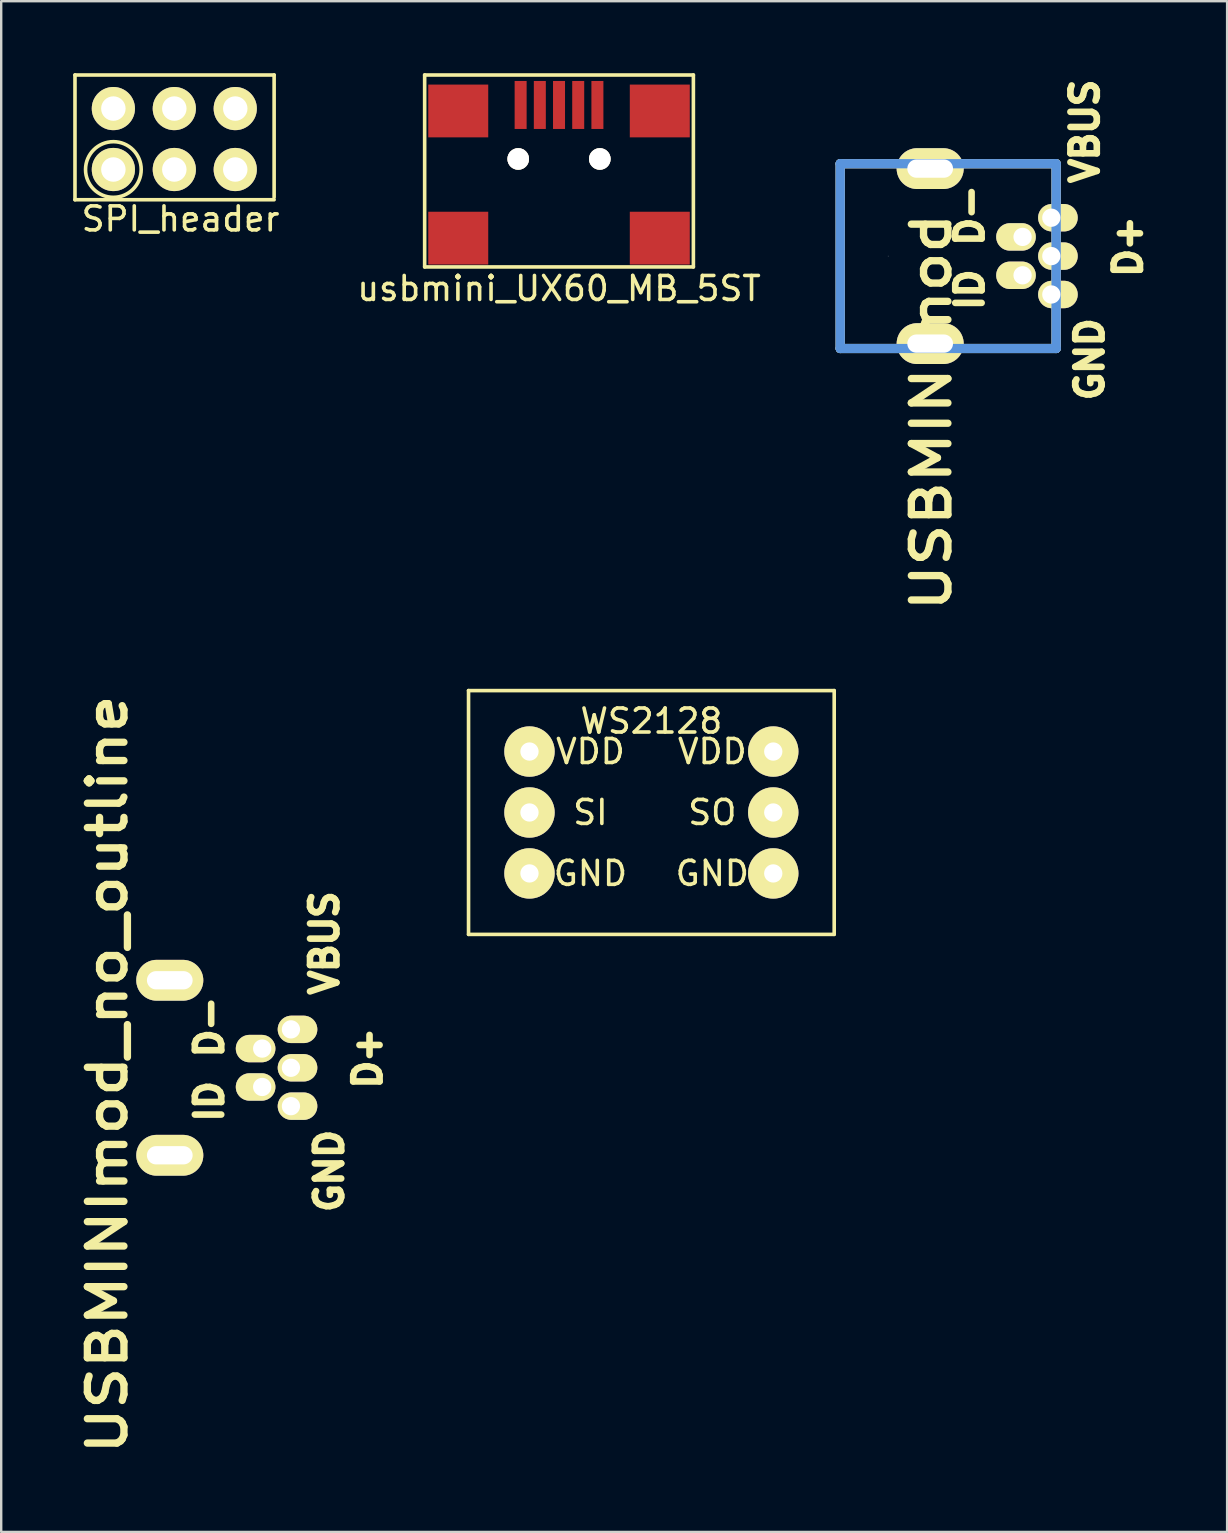
<source format=kicad_pcb>
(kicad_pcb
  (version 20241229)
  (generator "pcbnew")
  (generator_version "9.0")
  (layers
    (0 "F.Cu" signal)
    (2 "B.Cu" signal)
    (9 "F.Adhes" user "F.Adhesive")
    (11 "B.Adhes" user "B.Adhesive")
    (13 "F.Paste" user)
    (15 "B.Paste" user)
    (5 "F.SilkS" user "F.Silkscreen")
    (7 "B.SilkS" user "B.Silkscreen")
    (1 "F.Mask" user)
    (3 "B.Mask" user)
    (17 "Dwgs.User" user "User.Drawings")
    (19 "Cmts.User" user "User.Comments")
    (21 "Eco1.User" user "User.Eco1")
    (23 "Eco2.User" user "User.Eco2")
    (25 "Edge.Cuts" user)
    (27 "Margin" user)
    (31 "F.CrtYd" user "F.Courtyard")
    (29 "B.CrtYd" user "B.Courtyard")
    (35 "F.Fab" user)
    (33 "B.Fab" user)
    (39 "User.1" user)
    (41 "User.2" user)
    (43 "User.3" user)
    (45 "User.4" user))
  (footprint "USBMINImod_no_outline"
    (layer "F.Cu")
    (at 2.276 41.453)
    (property "Reference" "USBMINImod_no_outline" (at -0.85 0.275 90) (layer "F.SilkS") (effects (font (size 1.524 1.778) (thickness 0.305))))
    (attr through_hole)
    (fp_line (start 0 0) (end 0 0) (stroke (width 0.025) (type solid)) (layer "Dwgs.User"))
    (fp_text user "GND" (at 8.4 4.3 90) (layer "F.SilkS") (effects (font (size 1.1 1.1) (thickness 0.275))))
    (fp_text user "VBUS" (at 8.2 -5.2 90) (layer "F.SilkS") (effects (font (size 1.1 1.1) (thickness 0.275))))
    (fp_text user "D-" (at 3.4 -1.7 90) (layer "F.SilkS") (effects (font (size 1.1 1.1) (thickness 0.275))))
    (fp_text user "D+" (at 10 -0.4 90) (layer "F.SilkS") (effects (font (size 1.1 1.1) (thickness 0.275))))
    (fp_text user "ID" (at 3.4 1.4 90) (layer "F.SilkS") (effects (font (size 1.1 1.1) (thickness 0.275))))
    (pad "1" thru_hole oval (at 6.8 -1.6) (size 1.651 1.143) (drill 0.762 (offset 0.274 0)) (layers "*.Cu" "*.Mask" "F.SilkS"))
    (pad "2" thru_hole oval (at 5.601 -0.8) (size 1.651 1.143) (drill 0.762 (offset -0.274 0)) (layers "*.Cu" "*.Mask" "F.SilkS"))
    (pad "3" thru_hole oval (at 6.8 0) (size 1.651 1.143) (drill 0.762 (offset 0.274 0)) (layers "*.Cu" "*.Mask" "F.SilkS"))
    (pad "4" thru_hole oval (at 5.601 0.8) (size 1.651 1.143) (drill 0.762 (offset -0.274 0)) (layers "*.Cu" "*.Mask" "F.SilkS"))
    (pad "5" thru_hole oval (at 1.75 -3.647) (size 2.794 1.702) (drill oval 1.905 0.762) (layers "*.Cu" "*.Mask" "F.SilkS"))
    (pad "5" thru_hole oval (at 1.75 3.647) (size 2.794 1.702) (drill oval 1.905 0.762) (layers "*.Cu" "*.Mask" "F.SilkS"))
    (pad "5" thru_hole oval (at 6.8 1.6) (size 1.651 1.143) (drill 0.762 (offset 0.274 0)) (layers "*.Cu" "*.Mask" "F.SilkS")))
  (footprint "SPI_header"
    (layer "F.Cu")
    (at 1.675 1.475)
    (property "Reference" "SPI_header" (at 2.8 4.6 0) (layer "F.SilkS") (effects (font (size 1 1) (thickness 0.15))))
    (attr through_hole)
    (fp_line (start -1.6 -1.4) (end -1.6 3.8) (stroke (width 0.15) (type solid)) (layer "F.SilkS"))
    (fp_line (start -1.6 3.8) (end 6.7 3.8) (stroke (width 0.15) (type solid)) (layer "F.SilkS"))
    (fp_line (start 6.7 -1.4) (end -1.6 -1.4) (stroke (width 0.15) (type solid)) (layer "F.SilkS"))
    (fp_line (start 6.7 -1.4) (end 6.7 3.7) (stroke (width 0.15) (type solid)) (layer "F.SilkS"))
    (fp_circle (center 0 2.54) (end 0 3.7) (stroke (width 0.15) (type solid)) (fill no) (layer "F.SilkS"))
    (pad "1" thru_hole circle (at 0 2.54) (size 1.8 1.8) (drill 1.02) (layers "*.Cu" "*.Mask" "F.SilkS"))
    (pad "2" thru_hole circle (at 0 0) (size 1.8 1.8) (drill 1.02) (layers "*.Cu" "*.Mask" "F.SilkS"))
    (pad "3" thru_hole circle (at 2.54 2.54) (size 1.8 1.8) (drill 1.02) (layers "*.Cu" "*.Mask" "F.SilkS"))
    (pad "4" thru_hole circle (at 2.54 0) (size 1.8 1.8) (drill 1.02) (layers "*.Cu" "*.Mask" "F.SilkS"))
    (pad "5" thru_hole circle (at 5.08 2.54) (size 1.8 1.8) (drill 1.02) (layers "*.Cu" "*.Mask" "F.SilkS"))
    (pad "6" thru_hole circle (at 5.08 0) (size 1.8 1.8) (drill 1.02) (layers "*.Cu" "*.Mask" "F.SilkS")))
  (footprint "USBMINImod"
    (layer "F.Cu")
    (at 33.968 7.624)
    (property "Reference" "USBMINImod" (at 1.8 6.5 90) (layer "F.SilkS") (effects (font (size 1.524 1.778) (thickness 0.305))))
    (attr through_hole)
    (fp_line (start -1.999 -3.851) (end 7 -3.851) (stroke (width 0.381) (type solid)) (layer "F.SilkS"))
    (fp_line (start -1.999 3.851) (end -1.999 -3.851) (stroke (width 0.381) (type solid)) (layer "F.SilkS"))
    (fp_line (start 7 -3.851) (end 7 3.851) (stroke (width 0.381) (type solid)) (layer "F.SilkS"))
    (fp_line (start 7 3.851) (end -1.999 3.851) (stroke (width 0.381) (type solid)) (layer "F.SilkS"))
    (fp_line (start -1.999 -3.851) (end 7 -3.851) (stroke (width 0.381) (type solid)) (layer "Dwgs.User"))
    (fp_line (start -1.999 3.851) (end -1.999 -3.851) (stroke (width 0.381) (type solid)) (layer "Dwgs.User"))
    (fp_line (start 0 0) (end 0 0) (stroke (width 0.025) (type solid)) (layer "Dwgs.User"))
    (fp_line (start 7 -3.851) (end 7 3.851) (stroke (width 0.381) (type solid)) (layer "Dwgs.User"))
    (fp_line (start 7 3.851) (end -1.999 3.851) (stroke (width 0.381) (type solid)) (layer "Dwgs.User"))
    (fp_line (start -1.999 -3.851) (end 7 -3.851) (stroke (width 0.381) (type solid)) (layer "Cmts.User"))
    (fp_line (start -1.999 3.851) (end -1.999 -3.851) (stroke (width 0.381) (type solid)) (layer "Cmts.User"))
    (fp_line (start 7 -3.851) (end 7 3.851) (stroke (width 0.381) (type solid)) (layer "Cmts.User"))
    (fp_line (start 7 3.851) (end -1.999 3.851) (stroke (width 0.381) (type solid)) (layer "Cmts.User"))
    (fp_text user "ID" (at 3.4 1.4 90) (layer "F.SilkS") (effects (font (size 1.1 1.1) (thickness 0.275))))
    (fp_text user "D+" (at 10 -0.4 90) (layer "F.SilkS") (effects (font (size 1.1 1.1) (thickness 0.275))))
    (fp_text user "D-" (at 3.4 -1.7 90) (layer "F.SilkS") (effects (font (size 1.1 1.1) (thickness 0.275))))
    (fp_text user "VBUS" (at 8.2 -5.2 90) (layer "F.SilkS") (effects (font (size 1.1 1.1) (thickness 0.275))))
    (fp_text user "GND" (at 8.4 4.3 90) (layer "F.SilkS") (effects (font (size 1.1 1.1) (thickness 0.275))))
    (pad "1" thru_hole oval (at 6.8 -1.6) (size 1.651 1.143) (drill 0.762 (offset 0.274 0)) (layers "*.Cu" "*.Mask" "F.SilkS"))
    (pad "2" thru_hole oval (at 5.601 -0.8) (size 1.651 1.143) (drill 0.762 (offset -0.274 0)) (layers "*.Cu" "*.Mask" "F.SilkS"))
    (pad "3" thru_hole oval (at 6.8 0) (size 1.651 1.143) (drill 0.762 (offset 0.274 0)) (layers "*.Cu" "*.Mask" "F.SilkS"))
    (pad "4" thru_hole oval (at 5.601 0.8) (size 1.651 1.143) (drill 0.762 (offset -0.274 0)) (layers "*.Cu" "*.Mask" "F.SilkS"))
    (pad "5" thru_hole oval (at 6.8 1.6) (size 1.651 1.143) (drill 0.762 (offset 0.274 0)) (layers "*.Cu" "*.Mask" "F.SilkS"))
    (pad "6" thru_hole oval (at 1.75 -3.647) (size 2.794 1.702) (drill oval 1.905 0.762) (layers "*.Cu" "*.Mask" "F.SilkS"))
    (pad "6" thru_hole oval (at 1.75 3.647) (size 2.794 1.702) (drill oval 1.905 0.762) (layers "*.Cu" "*.Mask" "F.SilkS")))
  (footprint "WS2128"
    (layer "F.Cu")
    (at 24.098 30.813)
    (property "Reference" "WS2128" (at 0 -3.81 0) (layer "F.SilkS") (effects (font (size 1 1) (thickness 0.15))))
    (attr through_hole)
    (fp_line (start -7.62 -5.08) (end 7.62 -5.08) (stroke (width 0.15) (type solid)) (layer "F.SilkS"))
    (fp_line (start -7.62 5.08) (end -7.62 -5.08) (stroke (width 0.15) (type solid)) (layer "F.SilkS"))
    (fp_line (start 7.62 -5.08) (end 7.62 5.08) (stroke (width 0.15) (type solid)) (layer "F.SilkS"))
    (fp_line (start 7.62 5.08) (end -7.62 5.08) (stroke (width 0.15) (type solid)) (layer "F.SilkS"))
    (fp_text user "SI" (at -2.54 0 0) (layer "F.SilkS") (effects (font (size 1 1) (thickness 0.15))))
    (fp_text user "VDD" (at -2.54 -2.54 0) (layer "F.SilkS") (effects (font (size 1 1) (thickness 0.15))))
    (fp_text user "SO" (at 2.54 0 0) (layer "F.SilkS") (effects (font (size 1 1) (thickness 0.15))))
    (fp_text user "GND" (at 2.54 2.54 0) (layer "F.SilkS") (effects (font (size 1 1) (thickness 0.15))))
    (fp_text user "VDD" (at 2.54 -2.54 0) (layer "F.SilkS") (effects (font (size 1 1) (thickness 0.15))))
    (fp_text user "GND" (at -2.54 2.54 0) (layer "F.SilkS") (effects (font (size 1 1) (thickness 0.15))))
    (pad "1" thru_hole circle (at -5.08 -2.54) (size 2.1 2.1) (drill 0.762) (layers "*.Cu" "*.Mask" "F.SilkS"))
    (pad "2" thru_hole circle (at -5.08 0) (size 2.1 2.1) (drill 0.762) (layers "*.Cu" "*.Mask" "F.SilkS"))
    (pad "3" thru_hole circle (at -5.08 2.54) (size 2.1 2.1) (drill 0.762) (layers "*.Cu" "*.Mask" "F.SilkS"))
    (pad "4" thru_hole circle (at 5.08 -2.54) (size 2.1 2.1) (drill 0.762) (layers "*.Cu" "*.Mask" "F.SilkS"))
    (pad "5" thru_hole circle (at 5.08 0) (size 2.1 2.1) (drill 0.762) (layers "*.Cu" "*.Mask" "F.SilkS"))
    (pad "6" thru_hole circle (at 5.08 2.54) (size 2.1 2.1) (drill 0.762) (layers "*.Cu" "*.Mask" "F.SilkS")))
  (footprint "usbmini_UX60_MB_5ST"
    (layer "F.Cu")
    (at 20.249 3.575)
    (property "Reference" "usbmini_UX60_MB_5ST" (at 0 5.4 0) (layer "F.SilkS") (effects (font (size 1 1) (thickness 0.15))))
    (attr through_hole)
    (fp_line (start -5.6 -3.5) (end 5.6 -3.5) (stroke (width 0.15) (type solid)) (layer "F.SilkS"))
    (fp_line (start -5.6 4.5) (end -5.6 -3.5) (stroke (width 0.15) (type solid)) (layer "F.SilkS"))
    (fp_line (start 5.6 -3.5) (end 5.6 4.5) (stroke (width 0.15) (type solid)) (layer "F.SilkS"))
    (fp_line (start 5.6 4.5) (end -5.6 4.5) (stroke (width 0.15) (type solid)) (layer "F.SilkS"))
    (pad "1" thru_hole circle (at -1.7 0) (size 0.9 0.9) (drill 0.9) (layers "*.Cu" "*.Mask" "F.SilkS"))
    (pad "1" smd rect (at -1.6 -2.25) (size 0.5 2) (layers "F.Cu" "F.Mask" "F.Paste"))
    (pad "1" thru_hole circle (at 1.7 0) (size 0.9 0.9) (drill 0.9) (layers "*.Cu" "*.Mask" "F.SilkS"))
    (pad "2" smd rect (at -0.8 -2.25) (size 0.5 2) (layers "F.Cu" "F.Mask" "F.Paste"))
    (pad "3" smd rect (at 0 -2.25) (size 0.5 2) (layers "F.Cu" "F.Mask" "F.Paste"))
    (pad "4" smd rect (at 0.8 -2.25) (size 0.5 2) (layers "F.Cu" "F.Mask" "F.Paste"))
    (pad "5" smd rect (at -4.2 -2) (size 2.5 2.2) (layers "F.Cu" "F.Mask" "F.Paste"))
    (pad "5" smd rect (at -4.2 3.3) (size 2.5 2.2) (layers "F.Cu" "F.Mask" "F.Paste"))
    (pad "5" smd rect (at 1.6 -2.25) (size 0.5 2) (layers "F.Cu" "F.Mask" "F.Paste"))
    (pad "5" smd rect (at 4.2 -2) (size 2.5 2.2) (layers "F.Cu" "F.Mask" "F.Paste"))
    (pad "5" smd rect (at 4.2 3.3) (size 2.5 2.2) (layers "F.Cu" "F.Mask" "F.Paste")))
  (gr_rect
    (start -3 -3)
    (end 48.094 60.798)
    (stroke (width 0.1) (type default))
    (fill no)
    (layer "Edge.Cuts")))
</source>
